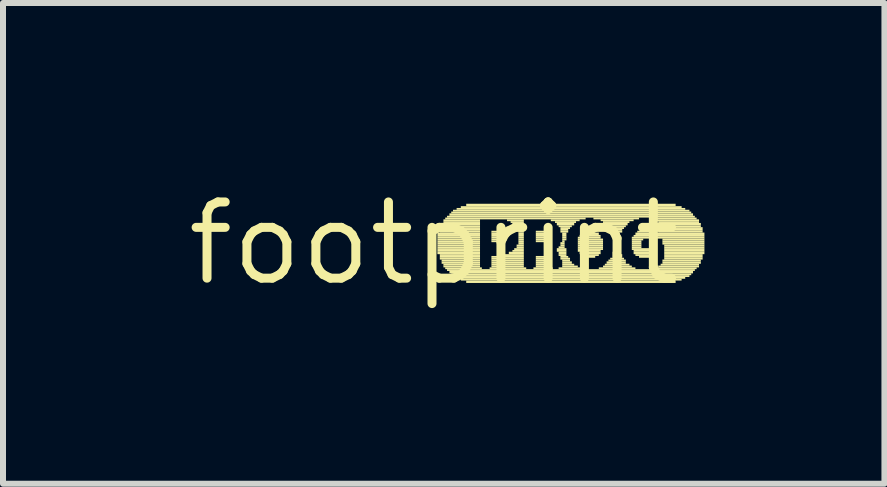
<source format=kicad_pcb>
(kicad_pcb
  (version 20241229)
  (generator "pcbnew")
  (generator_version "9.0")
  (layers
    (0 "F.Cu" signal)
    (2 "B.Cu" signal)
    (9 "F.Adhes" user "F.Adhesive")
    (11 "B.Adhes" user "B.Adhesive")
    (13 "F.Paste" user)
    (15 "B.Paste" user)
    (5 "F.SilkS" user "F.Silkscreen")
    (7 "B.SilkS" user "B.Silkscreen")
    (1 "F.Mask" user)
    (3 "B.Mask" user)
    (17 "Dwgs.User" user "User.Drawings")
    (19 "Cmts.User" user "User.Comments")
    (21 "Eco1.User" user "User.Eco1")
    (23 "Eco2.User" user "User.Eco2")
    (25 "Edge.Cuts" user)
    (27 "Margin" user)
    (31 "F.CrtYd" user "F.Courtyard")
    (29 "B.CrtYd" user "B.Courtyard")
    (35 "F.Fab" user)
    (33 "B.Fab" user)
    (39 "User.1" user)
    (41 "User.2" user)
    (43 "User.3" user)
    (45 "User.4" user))
  (footprint "footprint"
    (layer "F.Cu")
    (at 4.18 1.006)
    (property "Reference" "footprint" (at 0 0 0) (layer "F.SilkS") (effects (font (size 1.27 1.27) (thickness 0.15))))
    (fp_poly (pts (xy 0.06 -0.14) (xy 0.77 -0.14) (xy 0.77 -0.18) (xy 0.06 -0.18)) (stroke (width 0) (type solid)) (fill yes) (layer "F.SilkS"))
    (fp_poly (pts (xy 0.06 -0.11) (xy 0.77 -0.11) (xy 0.77 -0.14) (xy 0.06 -0.14)) (stroke (width 0) (type solid)) (fill yes) (layer "F.SilkS"))
    (fp_poly (pts (xy 0.06 -0.08) (xy 0.77 -0.08) (xy 0.77 -0.11) (xy 0.06 -0.11)) (stroke (width 0) (type solid)) (fill yes) (layer "F.SilkS"))
    (fp_poly (pts (xy 0.06 -0.05) (xy 0.77 -0.05) (xy 0.77 -0.08) (xy 0.06 -0.08)) (stroke (width 0) (type solid)) (fill yes) (layer "F.SilkS"))
    (fp_poly (pts (xy 0.06 -0.02) (xy 0.77 -0.02) (xy 0.77 -0.05) (xy 0.06 -0.05)) (stroke (width 0) (type solid)) (fill yes) (layer "F.SilkS"))
    (fp_poly (pts (xy 0.06 0.02) (xy 0.77 0.02) (xy 0.77 -0.02) (xy 0.06 -0.02)) (stroke (width 0) (type solid)) (fill yes) (layer "F.SilkS"))
    (fp_poly (pts (xy 0.06 0.05) (xy 0.77 0.05) (xy 0.77 0.02) (xy 0.06 0.02)) (stroke (width 0) (type solid)) (fill yes) (layer "F.SilkS"))
    (fp_poly (pts (xy 0.06 0.08) (xy 0.77 0.08) (xy 0.77 0.05) (xy 0.06 0.05)) (stroke (width 0) (type solid)) (fill yes) (layer "F.SilkS"))
    (fp_poly (pts (xy 0.06 0.11) (xy 0.77 0.11) (xy 0.77 0.08) (xy 0.06 0.08)) (stroke (width 0) (type solid)) (fill yes) (layer "F.SilkS"))
    (fp_poly (pts (xy 0.06 0.14) (xy 0.77 0.14) (xy 0.77 0.11) (xy 0.06 0.11)) (stroke (width 0) (type solid)) (fill yes) (layer "F.SilkS"))
    (fp_poly (pts (xy 0.06 0.18) (xy 0.77 0.18) (xy 0.77 0.14) (xy 0.06 0.14)) (stroke (width 0) (type solid)) (fill yes) (layer "F.SilkS"))
    (fp_poly (pts (xy 0.1 -0.24) (xy 0.77 -0.24) (xy 0.77 -0.27) (xy 0.1 -0.27)) (stroke (width 0) (type solid)) (fill yes) (layer "F.SilkS"))
    (fp_poly (pts (xy 0.1 -0.21) (xy 0.77 -0.21) (xy 0.77 -0.24) (xy 0.1 -0.24)) (stroke (width 0) (type solid)) (fill yes) (layer "F.SilkS"))
    (fp_poly (pts (xy 0.1 -0.18) (xy 0.77 -0.18) (xy 0.77 -0.21) (xy 0.1 -0.21)) (stroke (width 0) (type solid)) (fill yes) (layer "F.SilkS"))
    (fp_poly (pts (xy 0.1 0.21) (xy 0.77 0.21) (xy 0.77 0.18) (xy 0.1 0.18)) (stroke (width 0) (type solid)) (fill yes) (layer "F.SilkS"))
    (fp_poly (pts (xy 0.1 0.24) (xy 0.77 0.24) (xy 0.77 0.21) (xy 0.1 0.21)) (stroke (width 0) (type solid)) (fill yes) (layer "F.SilkS"))
    (fp_poly (pts (xy 0.1 0.27) (xy 0.77 0.27) (xy 0.77 0.24) (xy 0.1 0.24)) (stroke (width 0) (type solid)) (fill yes) (layer "F.SilkS"))
    (fp_poly (pts (xy 0.13 -0.3) (xy 0.77 -0.3) (xy 0.77 -0.34) (xy 0.13 -0.34)) (stroke (width 0) (type solid)) (fill yes) (layer "F.SilkS"))
    (fp_poly (pts (xy 0.13 -0.27) (xy 0.77 -0.27) (xy 0.77 -0.3) (xy 0.13 -0.3)) (stroke (width 0) (type solid)) (fill yes) (layer "F.SilkS"))
    (fp_poly (pts (xy 0.13 0.3) (xy 0.77 0.3) (xy 0.77 0.27) (xy 0.13 0.27)) (stroke (width 0) (type solid)) (fill yes) (layer "F.SilkS"))
    (fp_poly (pts (xy 0.13 0.34) (xy 0.77 0.34) (xy 0.77 0.3) (xy 0.13 0.3)) (stroke (width 0) (type solid)) (fill yes) (layer "F.SilkS"))
    (fp_poly (pts (xy 0.16 -0.37) (xy 0.77 -0.37) (xy 0.77 -0.4) (xy 0.16 -0.4)) (stroke (width 0) (type solid)) (fill yes) (layer "F.SilkS"))
    (fp_poly (pts (xy 0.16 -0.34) (xy 0.77 -0.34) (xy 0.77 -0.37) (xy 0.16 -0.37)) (stroke (width 0) (type solid)) (fill yes) (layer "F.SilkS"))
    (fp_poly (pts (xy 0.16 0.37) (xy 0.77 0.37) (xy 0.77 0.34) (xy 0.16 0.34)) (stroke (width 0) (type solid)) (fill yes) (layer "F.SilkS"))
    (fp_poly (pts (xy 0.16 0.4) (xy 0.77 0.4) (xy 0.77 0.37) (xy 0.16 0.37)) (stroke (width 0) (type solid)) (fill yes) (layer "F.SilkS"))
    (fp_poly (pts (xy 0.19 -0.4) (xy 2.53 -0.4) (xy 2.53 -0.43) (xy 0.19 -0.43)) (stroke (width 0) (type solid)) (fill yes) (layer "F.SilkS"))
    (fp_poly (pts (xy 0.19 0.43) (xy 0.8 0.43) (xy 0.8 0.4) (xy 0.19 0.4)) (stroke (width 0) (type solid)) (fill yes) (layer "F.SilkS"))
    (fp_poly (pts (xy 0.22 -0.43) (xy 4.35 -0.43) (xy 4.35 -0.46) (xy 0.22 -0.46)) (stroke (width 0) (type solid)) (fill yes) (layer "F.SilkS"))
    (fp_poly (pts (xy 0.22 0.46) (xy 4.35 0.46) (xy 4.35 0.43) (xy 0.22 0.43)) (stroke (width 0) (type solid)) (fill yes) (layer "F.SilkS"))
    (fp_poly (pts (xy 0.26 -0.46) (xy 4.32 -0.46) (xy 4.32 -0.5) (xy 0.26 -0.5)) (stroke (width 0) (type solid)) (fill yes) (layer "F.SilkS"))
    (fp_poly (pts (xy 0.26 0.5) (xy 4.32 0.5) (xy 4.32 0.46) (xy 0.26 0.46)) (stroke (width 0) (type solid)) (fill yes) (layer "F.SilkS"))
    (fp_poly (pts (xy 0.29 -0.5) (xy 4.29 -0.5) (xy 4.29 -0.53) (xy 0.29 -0.53)) (stroke (width 0) (type solid)) (fill yes) (layer "F.SilkS"))
    (fp_poly (pts (xy 0.29 0.53) (xy 4.29 0.53) (xy 4.29 0.5) (xy 0.29 0.5)) (stroke (width 0) (type solid)) (fill yes) (layer "F.SilkS"))
    (fp_poly (pts (xy 0.32 -0.53) (xy 4.26 -0.53) (xy 4.26 -0.56) (xy 0.32 -0.56)) (stroke (width 0) (type solid)) (fill yes) (layer "F.SilkS"))
    (fp_poly (pts (xy 0.32 0.56) (xy 4.26 0.56) (xy 4.26 0.53) (xy 0.32 0.53)) (stroke (width 0) (type solid)) (fill yes) (layer "F.SilkS"))
    (fp_poly (pts (xy 0.38 -0.56) (xy 4.19 -0.56) (xy 4.19 -0.59) (xy 0.38 -0.59)) (stroke (width 0) (type solid)) (fill yes) (layer "F.SilkS"))
    (fp_poly (pts (xy 0.38 0.59) (xy 4.19 0.59) (xy 4.19 0.56) (xy 0.38 0.56)) (stroke (width 0) (type solid)) (fill yes) (layer "F.SilkS"))
    (fp_poly (pts (xy 0.45 -0.59) (xy 4.13 -0.59) (xy 4.13 -0.62) (xy 0.45 -0.62)) (stroke (width 0) (type solid)) (fill yes) (layer "F.SilkS"))
    (fp_poly (pts (xy 0.45 0.62) (xy 4.13 0.62) (xy 4.13 0.59) (xy 0.45 0.59)) (stroke (width 0) (type solid)) (fill yes) (layer "F.SilkS"))
    (fp_poly (pts (xy 0.54 -0.62) (xy 4.03 -0.62) (xy 4.03 -0.66) (xy 0.54 -0.66)) (stroke (width 0) (type solid)) (fill yes) (layer "F.SilkS"))
    (fp_poly (pts (xy 0.54 0.66) (xy 4.03 0.66) (xy 4.03 0.62) (xy 0.54 0.62)) (stroke (width 0) (type solid)) (fill yes) (layer "F.SilkS"))
    (fp_poly (pts (xy 0.93 0.43) (xy 1.54 0.43) (xy 1.54 0.4) (xy 0.93 0.4)) (stroke (width 0) (type solid)) (fill yes) (layer "F.SilkS"))
    (fp_poly (pts (xy 0.96 -0.18) (xy 1.15 -0.18) (xy 1.15 -0.21) (xy 0.96 -0.21)) (stroke (width 0) (type solid)) (fill yes) (layer "F.SilkS"))
    (fp_poly (pts (xy 0.96 -0.14) (xy 1.22 -0.14) (xy 1.22 -0.18) (xy 0.96 -0.18)) (stroke (width 0) (type solid)) (fill yes) (layer "F.SilkS"))
    (fp_poly (pts (xy 0.96 -0.11) (xy 1.22 -0.11) (xy 1.22 -0.14) (xy 0.96 -0.14)) (stroke (width 0) (type solid)) (fill yes) (layer "F.SilkS"))
    (fp_poly (pts (xy 0.96 -0.08) (xy 1.22 -0.08) (xy 1.22 -0.11) (xy 0.96 -0.11)) (stroke (width 0) (type solid)) (fill yes) (layer "F.SilkS"))
    (fp_poly (pts (xy 0.96 -0.05) (xy 1.22 -0.05) (xy 1.22 -0.08) (xy 0.96 -0.08)) (stroke (width 0) (type solid)) (fill yes) (layer "F.SilkS"))
    (fp_poly (pts (xy 0.96 -0.02) (xy 1.18 -0.02) (xy 1.18 -0.05) (xy 0.96 -0.05)) (stroke (width 0) (type solid)) (fill yes) (layer "F.SilkS"))
    (fp_poly (pts (xy 0.96 0.24) (xy 1.5 0.24) (xy 1.5 0.21) (xy 0.96 0.21)) (stroke (width 0) (type solid)) (fill yes) (layer "F.SilkS"))
    (fp_poly (pts (xy 0.96 0.27) (xy 1.5 0.27) (xy 1.5 0.24) (xy 0.96 0.24)) (stroke (width 0) (type solid)) (fill yes) (layer "F.SilkS"))
    (fp_poly (pts (xy 0.96 0.3) (xy 1.5 0.3) (xy 1.5 0.27) (xy 0.96 0.27)) (stroke (width 0) (type solid)) (fill yes) (layer "F.SilkS"))
    (fp_poly (pts (xy 0.96 0.34) (xy 1.5 0.34) (xy 1.5 0.3) (xy 0.96 0.3)) (stroke (width 0) (type solid)) (fill yes) (layer "F.SilkS"))
    (fp_poly (pts (xy 0.96 0.37) (xy 1.5 0.37) (xy 1.5 0.34) (xy 0.96 0.34)) (stroke (width 0) (type solid)) (fill yes) (layer "F.SilkS"))
    (fp_poly (pts (xy 0.96 0.4) (xy 1.5 0.4) (xy 1.5 0.37) (xy 0.96 0.37)) (stroke (width 0) (type solid)) (fill yes) (layer "F.SilkS"))
    (fp_poly (pts (xy 1.15 0.21) (xy 1.5 0.21) (xy 1.5 0.18) (xy 1.15 0.18)) (stroke (width 0) (type solid)) (fill yes) (layer "F.SilkS"))
    (fp_poly (pts (xy 1.22 -0.37) (xy 1.5 -0.37) (xy 1.5 -0.4) (xy 1.22 -0.4)) (stroke (width 0) (type solid)) (fill yes) (layer "F.SilkS"))
    (fp_poly (pts (xy 1.25 0.18) (xy 1.5 0.18) (xy 1.5 0.14) (xy 1.25 0.14)) (stroke (width 0) (type solid)) (fill yes) (layer "F.SilkS"))
    (fp_poly (pts (xy 1.28 -0.34) (xy 1.5 -0.34) (xy 1.5 -0.37) (xy 1.28 -0.37)) (stroke (width 0) (type solid)) (fill yes) (layer "F.SilkS"))
    (fp_poly (pts (xy 1.31 -0.3) (xy 1.5 -0.3) (xy 1.5 -0.34) (xy 1.31 -0.34)) (stroke (width 0) (type solid)) (fill yes) (layer "F.SilkS"))
    (fp_poly (pts (xy 1.31 0.14) (xy 1.5 0.14) (xy 1.5 0.11) (xy 1.31 0.11)) (stroke (width 0) (type solid)) (fill yes) (layer "F.SilkS"))
    (fp_poly (pts (xy 1.34 -0.27) (xy 1.5 -0.27) (xy 1.5 -0.3) (xy 1.34 -0.3)) (stroke (width 0) (type solid)) (fill yes) (layer "F.SilkS"))
    (fp_poly (pts (xy 1.34 0.11) (xy 1.5 0.11) (xy 1.5 0.08) (xy 1.34 0.08)) (stroke (width 0) (type solid)) (fill yes) (layer "F.SilkS"))
    (fp_poly (pts (xy 1.38 -0.24) (xy 1.5 -0.24) (xy 1.5 -0.27) (xy 1.38 -0.27)) (stroke (width 0) (type solid)) (fill yes) (layer "F.SilkS"))
    (fp_poly (pts (xy 1.38 -0.21) (xy 1.5 -0.21) (xy 1.5 -0.24) (xy 1.38 -0.24)) (stroke (width 0) (type solid)) (fill yes) (layer "F.SilkS"))
    (fp_poly (pts (xy 1.38 0.05) (xy 1.5 0.05) (xy 1.5 0.02) (xy 1.38 0.02)) (stroke (width 0) (type solid)) (fill yes) (layer "F.SilkS"))
    (fp_poly (pts (xy 1.38 0.08) (xy 1.5 0.08) (xy 1.5 0.05) (xy 1.38 0.05)) (stroke (width 0) (type solid)) (fill yes) (layer "F.SilkS"))
    (fp_poly (pts (xy 1.41 -0.18) (xy 1.5 -0.18) (xy 1.5 -0.21) (xy 1.41 -0.21)) (stroke (width 0) (type solid)) (fill yes) (layer "F.SilkS"))
    (fp_poly (pts (xy 1.41 -0.14) (xy 1.5 -0.14) (xy 1.5 -0.18) (xy 1.41 -0.18)) (stroke (width 0) (type solid)) (fill yes) (layer "F.SilkS"))
    (fp_poly (pts (xy 1.41 -0.11) (xy 1.5 -0.11) (xy 1.5 -0.14) (xy 1.41 -0.14)) (stroke (width 0) (type solid)) (fill yes) (layer "F.SilkS"))
    (fp_poly (pts (xy 1.41 -0.08) (xy 1.5 -0.08) (xy 1.5 -0.11) (xy 1.41 -0.11)) (stroke (width 0) (type solid)) (fill yes) (layer "F.SilkS"))
    (fp_poly (pts (xy 1.41 -0.05) (xy 1.5 -0.05) (xy 1.5 -0.08) (xy 1.41 -0.08)) (stroke (width 0) (type solid)) (fill yes) (layer "F.SilkS"))
    (fp_poly (pts (xy 1.41 -0.02) (xy 1.5 -0.02) (xy 1.5 -0.05) (xy 1.41 -0.05)) (stroke (width 0) (type solid)) (fill yes) (layer "F.SilkS"))
    (fp_poly (pts (xy 1.41 0.02) (xy 1.5 0.02) (xy 1.5 -0.02) (xy 1.41 -0.02)) (stroke (width 0) (type solid)) (fill yes) (layer "F.SilkS"))
    (fp_poly (pts (xy 1.66 0.43) (xy 1.98 0.43) (xy 1.98 0.4) (xy 1.66 0.4)) (stroke (width 0) (type solid)) (fill yes) (layer "F.SilkS"))
    (fp_poly (pts (xy 1.7 -0.18) (xy 1.89 -0.18) (xy 1.89 -0.21) (xy 1.7 -0.21)) (stroke (width 0) (type solid)) (fill yes) (layer "F.SilkS"))
    (fp_poly (pts (xy 1.7 -0.14) (xy 1.92 -0.14) (xy 1.92 -0.18) (xy 1.7 -0.18)) (stroke (width 0) (type solid)) (fill yes) (layer "F.SilkS"))
    (fp_poly (pts (xy 1.7 -0.11) (xy 1.95 -0.11) (xy 1.95 -0.14) (xy 1.7 -0.14)) (stroke (width 0) (type solid)) (fill yes) (layer "F.SilkS"))
    (fp_poly (pts (xy 1.7 -0.08) (xy 1.95 -0.08) (xy 1.95 -0.11) (xy 1.7 -0.11)) (stroke (width 0) (type solid)) (fill yes) (layer "F.SilkS"))
    (fp_poly (pts (xy 1.7 -0.05) (xy 1.92 -0.05) (xy 1.92 -0.08) (xy 1.7 -0.08)) (stroke (width 0) (type solid)) (fill yes) (layer "F.SilkS"))
    (fp_poly (pts (xy 1.7 -0.02) (xy 1.92 -0.02) (xy 1.92 -0.05) (xy 1.7 -0.05)) (stroke (width 0) (type solid)) (fill yes) (layer "F.SilkS"))
    (fp_poly (pts (xy 1.7 0.24) (xy 1.89 0.24) (xy 1.89 0.21) (xy 1.7 0.21)) (stroke (width 0) (type solid)) (fill yes) (layer "F.SilkS"))
    (fp_poly (pts (xy 1.7 0.27) (xy 1.89 0.27) (xy 1.89 0.24) (xy 1.7 0.24)) (stroke (width 0) (type solid)) (fill yes) (layer "F.SilkS"))
    (fp_poly (pts (xy 1.7 0.3) (xy 1.92 0.3) (xy 1.92 0.27) (xy 1.7 0.27)) (stroke (width 0) (type solid)) (fill yes) (layer "F.SilkS"))
    (fp_poly (pts (xy 1.7 0.34) (xy 1.92 0.34) (xy 1.92 0.3) (xy 1.7 0.3)) (stroke (width 0) (type solid)) (fill yes) (layer "F.SilkS"))
    (fp_poly (pts (xy 1.7 0.37) (xy 1.95 0.37) (xy 1.95 0.34) (xy 1.7 0.34)) (stroke (width 0) (type solid)) (fill yes) (layer "F.SilkS"))
    (fp_poly (pts (xy 1.7 0.4) (xy 1.95 0.4) (xy 1.95 0.37) (xy 1.7 0.37)) (stroke (width 0) (type solid)) (fill yes) (layer "F.SilkS"))
    (fp_poly (pts (xy 1.95 -0.37) (xy 2.43 -0.37) (xy 2.43 -0.4) (xy 1.95 -0.4)) (stroke (width 0) (type solid)) (fill yes) (layer "F.SilkS"))
    (fp_poly (pts (xy 2.02 -0.34) (xy 2.37 -0.34) (xy 2.37 -0.37) (xy 2.02 -0.37)) (stroke (width 0) (type solid)) (fill yes) (layer "F.SilkS"))
    (fp_poly (pts (xy 2.05 -0.3) (xy 2.34 -0.3) (xy 2.34 -0.34) (xy 2.05 -0.34)) (stroke (width 0) (type solid)) (fill yes) (layer "F.SilkS"))
    (fp_poly (pts (xy 2.05 0.11) (xy 2.21 0.11) (xy 2.21 0.08) (xy 2.05 0.08)) (stroke (width 0) (type solid)) (fill yes) (layer "F.SilkS"))
    (fp_poly (pts (xy 2.05 0.14) (xy 2.21 0.14) (xy 2.21 0.11) (xy 2.05 0.11)) (stroke (width 0) (type solid)) (fill yes) (layer "F.SilkS"))
    (fp_poly (pts (xy 2.08 -0.27) (xy 2.3 -0.27) (xy 2.3 -0.3) (xy 2.08 -0.3)) (stroke (width 0) (type solid)) (fill yes) (layer "F.SilkS"))
    (fp_poly (pts (xy 2.08 0.08) (xy 2.18 0.08) (xy 2.18 0.05) (xy 2.08 0.05)) (stroke (width 0) (type solid)) (fill yes) (layer "F.SilkS"))
    (fp_poly (pts (xy 2.08 0.18) (xy 2.21 0.18) (xy 2.21 0.14) (xy 2.08 0.14)) (stroke (width 0) (type solid)) (fill yes) (layer "F.SilkS"))
    (fp_poly (pts (xy 2.08 0.21) (xy 2.21 0.21) (xy 2.21 0.18) (xy 2.08 0.18)) (stroke (width 0) (type solid)) (fill yes) (layer "F.SilkS"))
    (fp_poly (pts (xy 2.08 0.43) (xy 2.46 0.43) (xy 2.46 0.4) (xy 2.08 0.4)) (stroke (width 0) (type solid)) (fill yes) (layer "F.SilkS"))
    (fp_poly (pts (xy 2.11 -0.24) (xy 2.27 -0.24) (xy 2.27 -0.27) (xy 2.11 -0.27)) (stroke (width 0) (type solid)) (fill yes) (layer "F.SilkS"))
    (fp_poly (pts (xy 2.11 -0.21) (xy 2.24 -0.21) (xy 2.24 -0.24) (xy 2.11 -0.24)) (stroke (width 0) (type solid)) (fill yes) (layer "F.SilkS"))
    (fp_poly (pts (xy 2.11 -0.18) (xy 2.24 -0.18) (xy 2.24 -0.21) (xy 2.11 -0.21)) (stroke (width 0) (type solid)) (fill yes) (layer "F.SilkS"))
    (fp_poly (pts (xy 2.11 0.02) (xy 2.18 0.02) (xy 2.18 -0.02) (xy 2.11 -0.02)) (stroke (width 0) (type solid)) (fill yes) (layer "F.SilkS"))
    (fp_poly (pts (xy 2.11 0.05) (xy 2.18 0.05) (xy 2.18 0.02) (xy 2.11 0.02)) (stroke (width 0) (type solid)) (fill yes) (layer "F.SilkS"))
    (fp_poly (pts (xy 2.11 0.24) (xy 2.24 0.24) (xy 2.24 0.21) (xy 2.11 0.21)) (stroke (width 0) (type solid)) (fill yes) (layer "F.SilkS"))
    (fp_poly (pts (xy 2.11 0.27) (xy 2.27 0.27) (xy 2.27 0.24) (xy 2.11 0.24)) (stroke (width 0) (type solid)) (fill yes) (layer "F.SilkS"))
    (fp_poly (pts (xy 2.14 -0.14) (xy 2.21 -0.14) (xy 2.21 -0.18) (xy 2.14 -0.18)) (stroke (width 0) (type solid)) (fill yes) (layer "F.SilkS"))
    (fp_poly (pts (xy 2.14 -0.11) (xy 2.21 -0.11) (xy 2.21 -0.14) (xy 2.14 -0.14)) (stroke (width 0) (type solid)) (fill yes) (layer "F.SilkS"))
    (fp_poly (pts (xy 2.14 -0.08) (xy 2.21 -0.08) (xy 2.21 -0.11) (xy 2.14 -0.11)) (stroke (width 0) (type solid)) (fill yes) (layer "F.SilkS"))
    (fp_poly (pts (xy 2.14 -0.05) (xy 2.21 -0.05) (xy 2.21 -0.08) (xy 2.14 -0.08)) (stroke (width 0) (type solid)) (fill yes) (layer "F.SilkS"))
    (fp_poly (pts (xy 2.14 -0.02) (xy 2.18 -0.02) (xy 2.18 -0.05) (xy 2.14 -0.05)) (stroke (width 0) (type solid)) (fill yes) (layer "F.SilkS"))
    (fp_poly (pts (xy 2.14 0.3) (xy 2.27 0.3) (xy 2.27 0.27) (xy 2.14 0.27)) (stroke (width 0) (type solid)) (fill yes) (layer "F.SilkS"))
    (fp_poly (pts (xy 2.14 0.34) (xy 2.3 0.34) (xy 2.3 0.3) (xy 2.14 0.3)) (stroke (width 0) (type solid)) (fill yes) (layer "F.SilkS"))
    (fp_poly (pts (xy 2.14 0.37) (xy 2.34 0.37) (xy 2.34 0.34) (xy 2.14 0.34)) (stroke (width 0) (type solid)) (fill yes) (layer "F.SilkS"))
    (fp_poly (pts (xy 2.14 0.4) (xy 2.4 0.4) (xy 2.4 0.37) (xy 2.14 0.37)) (stroke (width 0) (type solid)) (fill yes) (layer "F.SilkS"))
    (fp_poly (pts (xy 2.4 -0.08) (xy 2.78 -0.08) (xy 2.78 -0.11) (xy 2.4 -0.11)) (stroke (width 0) (type solid)) (fill yes) (layer "F.SilkS"))
    (fp_poly (pts (xy 2.4 -0.05) (xy 2.82 -0.05) (xy 2.82 -0.08) (xy 2.4 -0.08)) (stroke (width 0) (type solid)) (fill yes) (layer "F.SilkS"))
    (fp_poly (pts (xy 2.4 -0.02) (xy 2.82 -0.02) (xy 2.82 -0.05) (xy 2.4 -0.05)) (stroke (width 0) (type solid)) (fill yes) (layer "F.SilkS"))
    (fp_poly (pts (xy 2.4 0.02) (xy 2.82 0.02) (xy 2.82 -0.02) (xy 2.4 -0.02)) (stroke (width 0) (type solid)) (fill yes) (layer "F.SilkS"))
    (fp_poly (pts (xy 2.4 0.05) (xy 2.82 0.05) (xy 2.82 0.02) (xy 2.4 0.02)) (stroke (width 0) (type solid)) (fill yes) (layer "F.SilkS"))
    (fp_poly (pts (xy 2.4 0.08) (xy 2.82 0.08) (xy 2.82 0.05) (xy 2.4 0.05)) (stroke (width 0) (type solid)) (fill yes) (layer "F.SilkS"))
    (fp_poly (pts (xy 2.4 0.11) (xy 2.82 0.11) (xy 2.82 0.08) (xy 2.4 0.08)) (stroke (width 0) (type solid)) (fill yes) (layer "F.SilkS"))
    (fp_poly (pts (xy 2.4 0.14) (xy 2.78 0.14) (xy 2.78 0.11) (xy 2.4 0.11)) (stroke (width 0) (type solid)) (fill yes) (layer "F.SilkS"))
    (fp_poly (pts (xy 2.43 -0.11) (xy 2.78 -0.11) (xy 2.78 -0.14) (xy 2.43 -0.14)) (stroke (width 0) (type solid)) (fill yes) (layer "F.SilkS"))
    (fp_poly (pts (xy 2.43 0.18) (xy 2.78 0.18) (xy 2.78 0.14) (xy 2.43 0.14)) (stroke (width 0) (type solid)) (fill yes) (layer "F.SilkS"))
    (fp_poly (pts (xy 2.46 -0.14) (xy 2.75 -0.14) (xy 2.75 -0.18) (xy 2.46 -0.18)) (stroke (width 0) (type solid)) (fill yes) (layer "F.SilkS"))
    (fp_poly (pts (xy 2.46 0.21) (xy 2.75 0.21) (xy 2.75 0.18) (xy 2.46 0.18)) (stroke (width 0) (type solid)) (fill yes) (layer "F.SilkS"))
    (fp_poly (pts (xy 2.5 -0.18) (xy 2.69 -0.18) (xy 2.69 -0.21) (xy 2.5 -0.21)) (stroke (width 0) (type solid)) (fill yes) (layer "F.SilkS"))
    (fp_poly (pts (xy 2.53 0.24) (xy 2.69 0.24) (xy 2.69 0.21) (xy 2.53 0.21)) (stroke (width 0) (type solid)) (fill yes) (layer "F.SilkS"))
    (fp_poly (pts (xy 2.66 -0.4) (xy 3.42 -0.4) (xy 3.42 -0.43) (xy 2.66 -0.43)) (stroke (width 0) (type solid)) (fill yes) (layer "F.SilkS"))
    (fp_poly (pts (xy 2.75 0.43) (xy 3.36 0.43) (xy 3.36 0.4) (xy 2.75 0.4)) (stroke (width 0) (type solid)) (fill yes) (layer "F.SilkS"))
    (fp_poly (pts (xy 2.78 -0.37) (xy 3.33 -0.37) (xy 3.33 -0.4) (xy 2.78 -0.4)) (stroke (width 0) (type solid)) (fill yes) (layer "F.SilkS"))
    (fp_poly (pts (xy 2.82 -0.34) (xy 3.26 -0.34) (xy 3.26 -0.37) (xy 2.82 -0.37)) (stroke (width 0) (type solid)) (fill yes) (layer "F.SilkS"))
    (fp_poly (pts (xy 2.82 0.4) (xy 3.3 0.4) (xy 3.3 0.37) (xy 2.82 0.37)) (stroke (width 0) (type solid)) (fill yes) (layer "F.SilkS"))
    (fp_poly (pts (xy 2.85 0.37) (xy 3.26 0.37) (xy 3.26 0.34) (xy 2.85 0.34)) (stroke (width 0) (type solid)) (fill yes) (layer "F.SilkS"))
    (fp_poly (pts (xy 2.88 -0.3) (xy 3.23 -0.3) (xy 3.23 -0.34) (xy 2.88 -0.34)) (stroke (width 0) (type solid)) (fill yes) (layer "F.SilkS"))
    (fp_poly (pts (xy 2.88 0.34) (xy 3.2 0.34) (xy 3.2 0.3) (xy 2.88 0.3)) (stroke (width 0) (type solid)) (fill yes) (layer "F.SilkS"))
    (fp_poly (pts (xy 2.91 -0.27) (xy 3.2 -0.27) (xy 3.2 -0.3) (xy 2.91 -0.3)) (stroke (width 0) (type solid)) (fill yes) (layer "F.SilkS"))
    (fp_poly (pts (xy 2.91 0.3) (xy 3.2 0.3) (xy 3.2 0.27) (xy 2.91 0.27)) (stroke (width 0) (type solid)) (fill yes) (layer "F.SilkS"))
    (fp_poly (pts (xy 2.94 -0.24) (xy 3.17 -0.24) (xy 3.17 -0.27) (xy 2.94 -0.27)) (stroke (width 0) (type solid)) (fill yes) (layer "F.SilkS"))
    (fp_poly (pts (xy 2.94 -0.21) (xy 3.14 -0.21) (xy 3.14 -0.24) (xy 2.94 -0.24)) (stroke (width 0) (type solid)) (fill yes) (layer "F.SilkS"))
    (fp_poly (pts (xy 2.94 0.27) (xy 3.17 0.27) (xy 3.17 0.24) (xy 2.94 0.24)) (stroke (width 0) (type solid)) (fill yes) (layer "F.SilkS"))
    (fp_poly (pts (xy 2.98 -0.18) (xy 3.14 -0.18) (xy 3.14 -0.21) (xy 2.98 -0.21)) (stroke (width 0) (type solid)) (fill yes) (layer "F.SilkS"))
    (fp_poly (pts (xy 2.98 -0.14) (xy 3.1 -0.14) (xy 3.1 -0.18) (xy 2.98 -0.18)) (stroke (width 0) (type solid)) (fill yes) (layer "F.SilkS"))
    (fp_poly (pts (xy 2.98 0.18) (xy 3.1 0.18) (xy 3.1 0.14) (xy 2.98 0.14)) (stroke (width 0) (type solid)) (fill yes) (layer "F.SilkS"))
    (fp_poly (pts (xy 2.98 0.21) (xy 3.14 0.21) (xy 3.14 0.18) (xy 2.98 0.18)) (stroke (width 0) (type solid)) (fill yes) (layer "F.SilkS"))
    (fp_poly (pts (xy 2.98 0.24) (xy 3.14 0.24) (xy 3.14 0.21) (xy 2.98 0.21)) (stroke (width 0) (type solid)) (fill yes) (layer "F.SilkS"))
    (fp_poly (pts (xy 3.01 -0.11) (xy 3.1 -0.11) (xy 3.1 -0.14) (xy 3.01 -0.14)) (stroke (width 0) (type solid)) (fill yes) (layer "F.SilkS"))
    (fp_poly (pts (xy 3.01 -0.08) (xy 3.1 -0.08) (xy 3.1 -0.11) (xy 3.01 -0.11)) (stroke (width 0) (type solid)) (fill yes) (layer "F.SilkS"))
    (fp_poly (pts (xy 3.01 -0.05) (xy 3.07 -0.05) (xy 3.07 -0.08) (xy 3.01 -0.08)) (stroke (width 0) (type solid)) (fill yes) (layer "F.SilkS"))
    (fp_poly (pts (xy 3.01 -0.02) (xy 3.07 -0.02) (xy 3.07 -0.05) (xy 3.01 -0.05)) (stroke (width 0) (type solid)) (fill yes) (layer "F.SilkS"))
    (fp_poly (pts (xy 3.01 0.02) (xy 3.07 0.02) (xy 3.07 -0.02) (xy 3.01 -0.02)) (stroke (width 0) (type solid)) (fill yes) (layer "F.SilkS"))
    (fp_poly (pts (xy 3.01 0.05) (xy 3.07 0.05) (xy 3.07 0.02) (xy 3.01 0.02)) (stroke (width 0) (type solid)) (fill yes) (layer "F.SilkS"))
    (fp_poly (pts (xy 3.01 0.08) (xy 3.07 0.08) (xy 3.07 0.05) (xy 3.01 0.05)) (stroke (width 0) (type solid)) (fill yes) (layer "F.SilkS"))
    (fp_poly (pts (xy 3.01 0.11) (xy 3.1 0.11) (xy 3.1 0.08) (xy 3.01 0.08)) (stroke (width 0) (type solid)) (fill yes) (layer "F.SilkS"))
    (fp_poly (pts (xy 3.01 0.14) (xy 3.1 0.14) (xy 3.1 0.11) (xy 3.01 0.11)) (stroke (width 0) (type solid)) (fill yes) (layer "F.SilkS"))
    (fp_poly (pts (xy 3.3 -0.08) (xy 4.51 -0.08) (xy 4.51 -0.11) (xy 3.3 -0.11)) (stroke (width 0) (type solid)) (fill yes) (layer "F.SilkS"))
    (fp_poly (pts (xy 3.3 -0.05) (xy 3.49 -0.05) (xy 3.49 -0.08) (xy 3.3 -0.08)) (stroke (width 0) (type solid)) (fill yes) (layer "F.SilkS"))
    (fp_poly (pts (xy 3.3 -0.02) (xy 3.46 -0.02) (xy 3.46 -0.05) (xy 3.3 -0.05)) (stroke (width 0) (type solid)) (fill yes) (layer "F.SilkS"))
    (fp_poly (pts (xy 3.3 0.02) (xy 3.46 0.02) (xy 3.46 -0.02) (xy 3.3 -0.02)) (stroke (width 0) (type solid)) (fill yes) (layer "F.SilkS"))
    (fp_poly (pts (xy 3.3 0.05) (xy 3.46 0.05) (xy 3.46 0.02) (xy 3.3 0.02)) (stroke (width 0) (type solid)) (fill yes) (layer "F.SilkS"))
    (fp_poly (pts (xy 3.3 0.08) (xy 3.46 0.08) (xy 3.46 0.05) (xy 3.3 0.05)) (stroke (width 0) (type solid)) (fill yes) (layer "F.SilkS"))
    (fp_poly (pts (xy 3.3 0.11) (xy 3.62 0.11) (xy 3.62 0.08) (xy 3.3 0.08)) (stroke (width 0) (type solid)) (fill yes) (layer "F.SilkS"))
    (fp_poly (pts (xy 3.33 -0.11) (xy 4.51 -0.11) (xy 4.51 -0.14) (xy 3.33 -0.14)) (stroke (width 0) (type solid)) (fill yes) (layer "F.SilkS"))
    (fp_poly (pts (xy 3.33 0.14) (xy 3.62 0.14) (xy 3.62 0.11) (xy 3.33 0.11)) (stroke (width 0) (type solid)) (fill yes) (layer "F.SilkS"))
    (fp_poly (pts (xy 3.33 0.18) (xy 3.62 0.18) (xy 3.62 0.14) (xy 3.33 0.14)) (stroke (width 0) (type solid)) (fill yes) (layer "F.SilkS"))
    (fp_poly (pts (xy 3.36 -0.14) (xy 4.51 -0.14) (xy 4.51 -0.18) (xy 3.36 -0.18)) (stroke (width 0) (type solid)) (fill yes) (layer "F.SilkS"))
    (fp_poly (pts (xy 3.36 0.21) (xy 3.62 0.21) (xy 3.62 0.18) (xy 3.36 0.18)) (stroke (width 0) (type solid)) (fill yes) (layer "F.SilkS"))
    (fp_poly (pts (xy 3.39 -0.18) (xy 3.62 -0.18) (xy 3.62 -0.21) (xy 3.39 -0.21)) (stroke (width 0) (type solid)) (fill yes) (layer "F.SilkS"))
    (fp_poly (pts (xy 3.42 0.24) (xy 3.62 0.24) (xy 3.62 0.21) (xy 3.42 0.21)) (stroke (width 0) (type solid)) (fill yes) (layer "F.SilkS"))
    (fp_poly (pts (xy 3.62 -0.4) (xy 4.38 -0.4) (xy 4.38 -0.43) (xy 3.62 -0.43)) (stroke (width 0) (type solid)) (fill yes) (layer "F.SilkS"))
    (fp_poly (pts (xy 3.68 -0.37) (xy 4.42 -0.37) (xy 4.42 -0.4) (xy 3.68 -0.4)) (stroke (width 0) (type solid)) (fill yes) (layer "F.SilkS"))
    (fp_poly (pts (xy 3.68 0.43) (xy 4.38 0.43) (xy 4.38 0.4) (xy 3.68 0.4)) (stroke (width 0) (type solid)) (fill yes) (layer "F.SilkS"))
    (fp_poly (pts (xy 3.74 -0.34) (xy 4.42 -0.34) (xy 4.42 -0.37) (xy 3.74 -0.37)) (stroke (width 0) (type solid)) (fill yes) (layer "F.SilkS"))
    (fp_poly (pts (xy 3.74 -0.18) (xy 4.48 -0.18) (xy 4.48 -0.21) (xy 3.74 -0.21)) (stroke (width 0) (type solid)) (fill yes) (layer "F.SilkS"))
    (fp_poly (pts (xy 3.74 0.4) (xy 4.42 0.4) (xy 4.42 0.37) (xy 3.74 0.37)) (stroke (width 0) (type solid)) (fill yes) (layer "F.SilkS"))
    (fp_poly (pts (xy 3.78 -0.3) (xy 4.45 -0.3) (xy 4.45 -0.34) (xy 3.78 -0.34)) (stroke (width 0) (type solid)) (fill yes) (layer "F.SilkS"))
    (fp_poly (pts (xy 3.78 -0.24) (xy 4.48 -0.24) (xy 4.48 -0.27) (xy 3.78 -0.27)) (stroke (width 0) (type solid)) (fill yes) (layer "F.SilkS"))
    (fp_poly (pts (xy 3.78 -0.21) (xy 4.48 -0.21) (xy 4.48 -0.24) (xy 3.78 -0.24)) (stroke (width 0) (type solid)) (fill yes) (layer "F.SilkS"))
    (fp_poly (pts (xy 3.78 0.37) (xy 4.42 0.37) (xy 4.42 0.34) (xy 3.78 0.34)) (stroke (width 0) (type solid)) (fill yes) (layer "F.SilkS"))
    (fp_poly (pts (xy 3.81 -0.27) (xy 4.45 -0.27) (xy 4.45 -0.3) (xy 3.81 -0.3)) (stroke (width 0) (type solid)) (fill yes) (layer "F.SilkS"))
    (fp_poly (pts (xy 3.81 -0.05) (xy 4.51 -0.05) (xy 4.51 -0.08) (xy 3.81 -0.08)) (stroke (width 0) (type solid)) (fill yes) (layer "F.SilkS"))
    (fp_poly (pts (xy 3.81 -0.02) (xy 4.51 -0.02) (xy 4.51 -0.05) (xy 3.81 -0.05)) (stroke (width 0) (type solid)) (fill yes) (layer "F.SilkS"))
    (fp_poly (pts (xy 3.81 0.02) (xy 4.51 0.02) (xy 4.51 -0.02) (xy 3.81 -0.02)) (stroke (width 0) (type solid)) (fill yes) (layer "F.SilkS"))
    (fp_poly (pts (xy 3.81 0.3) (xy 4.45 0.3) (xy 4.45 0.27) (xy 3.81 0.27)) (stroke (width 0) (type solid)) (fill yes) (layer "F.SilkS"))
    (fp_poly (pts (xy 3.81 0.34) (xy 4.45 0.34) (xy 4.45 0.3) (xy 3.81 0.3)) (stroke (width 0) (type solid)) (fill yes) (layer "F.SilkS"))
    (fp_poly (pts (xy 3.84 0.05) (xy 4.51 0.05) (xy 4.51 0.02) (xy 3.84 0.02)) (stroke (width 0) (type solid)) (fill yes) (layer "F.SilkS"))
    (fp_poly (pts (xy 3.84 0.08) (xy 4.51 0.08) (xy 4.51 0.05) (xy 3.84 0.05)) (stroke (width 0) (type solid)) (fill yes) (layer "F.SilkS"))
    (fp_poly (pts (xy 3.84 0.11) (xy 4.51 0.11) (xy 4.51 0.08) (xy 3.84 0.08)) (stroke (width 0) (type solid)) (fill yes) (layer "F.SilkS"))
    (fp_poly (pts (xy 3.84 0.14) (xy 4.51 0.14) (xy 4.51 0.11) (xy 3.84 0.11)) (stroke (width 0) (type solid)) (fill yes) (layer "F.SilkS"))
    (fp_poly (pts (xy 3.84 0.18) (xy 4.51 0.18) (xy 4.51 0.14) (xy 3.84 0.14)) (stroke (width 0) (type solid)) (fill yes) (layer "F.SilkS"))
    (fp_poly (pts (xy 3.84 0.21) (xy 4.48 0.21) (xy 4.48 0.18) (xy 3.84 0.18)) (stroke (width 0) (type solid)) (fill yes) (layer "F.SilkS"))
    (fp_poly (pts (xy 3.84 0.24) (xy 4.48 0.24) (xy 4.48 0.21) (xy 3.84 0.21)) (stroke (width 0) (type solid)) (fill yes) (layer "F.SilkS"))
    (fp_poly (pts (xy 3.84 0.27) (xy 4.48 0.27) (xy 4.48 0.24) (xy 3.84 0.24)) (stroke (width 0) (type solid)) (fill yes) (layer "F.SilkS")))
  (gr_rect
    (start -3 -3)
    (end 11.69 5.012)
    (stroke (width 0.1) (type default))
    (fill no)
    (layer "Edge.Cuts")))
</source>
